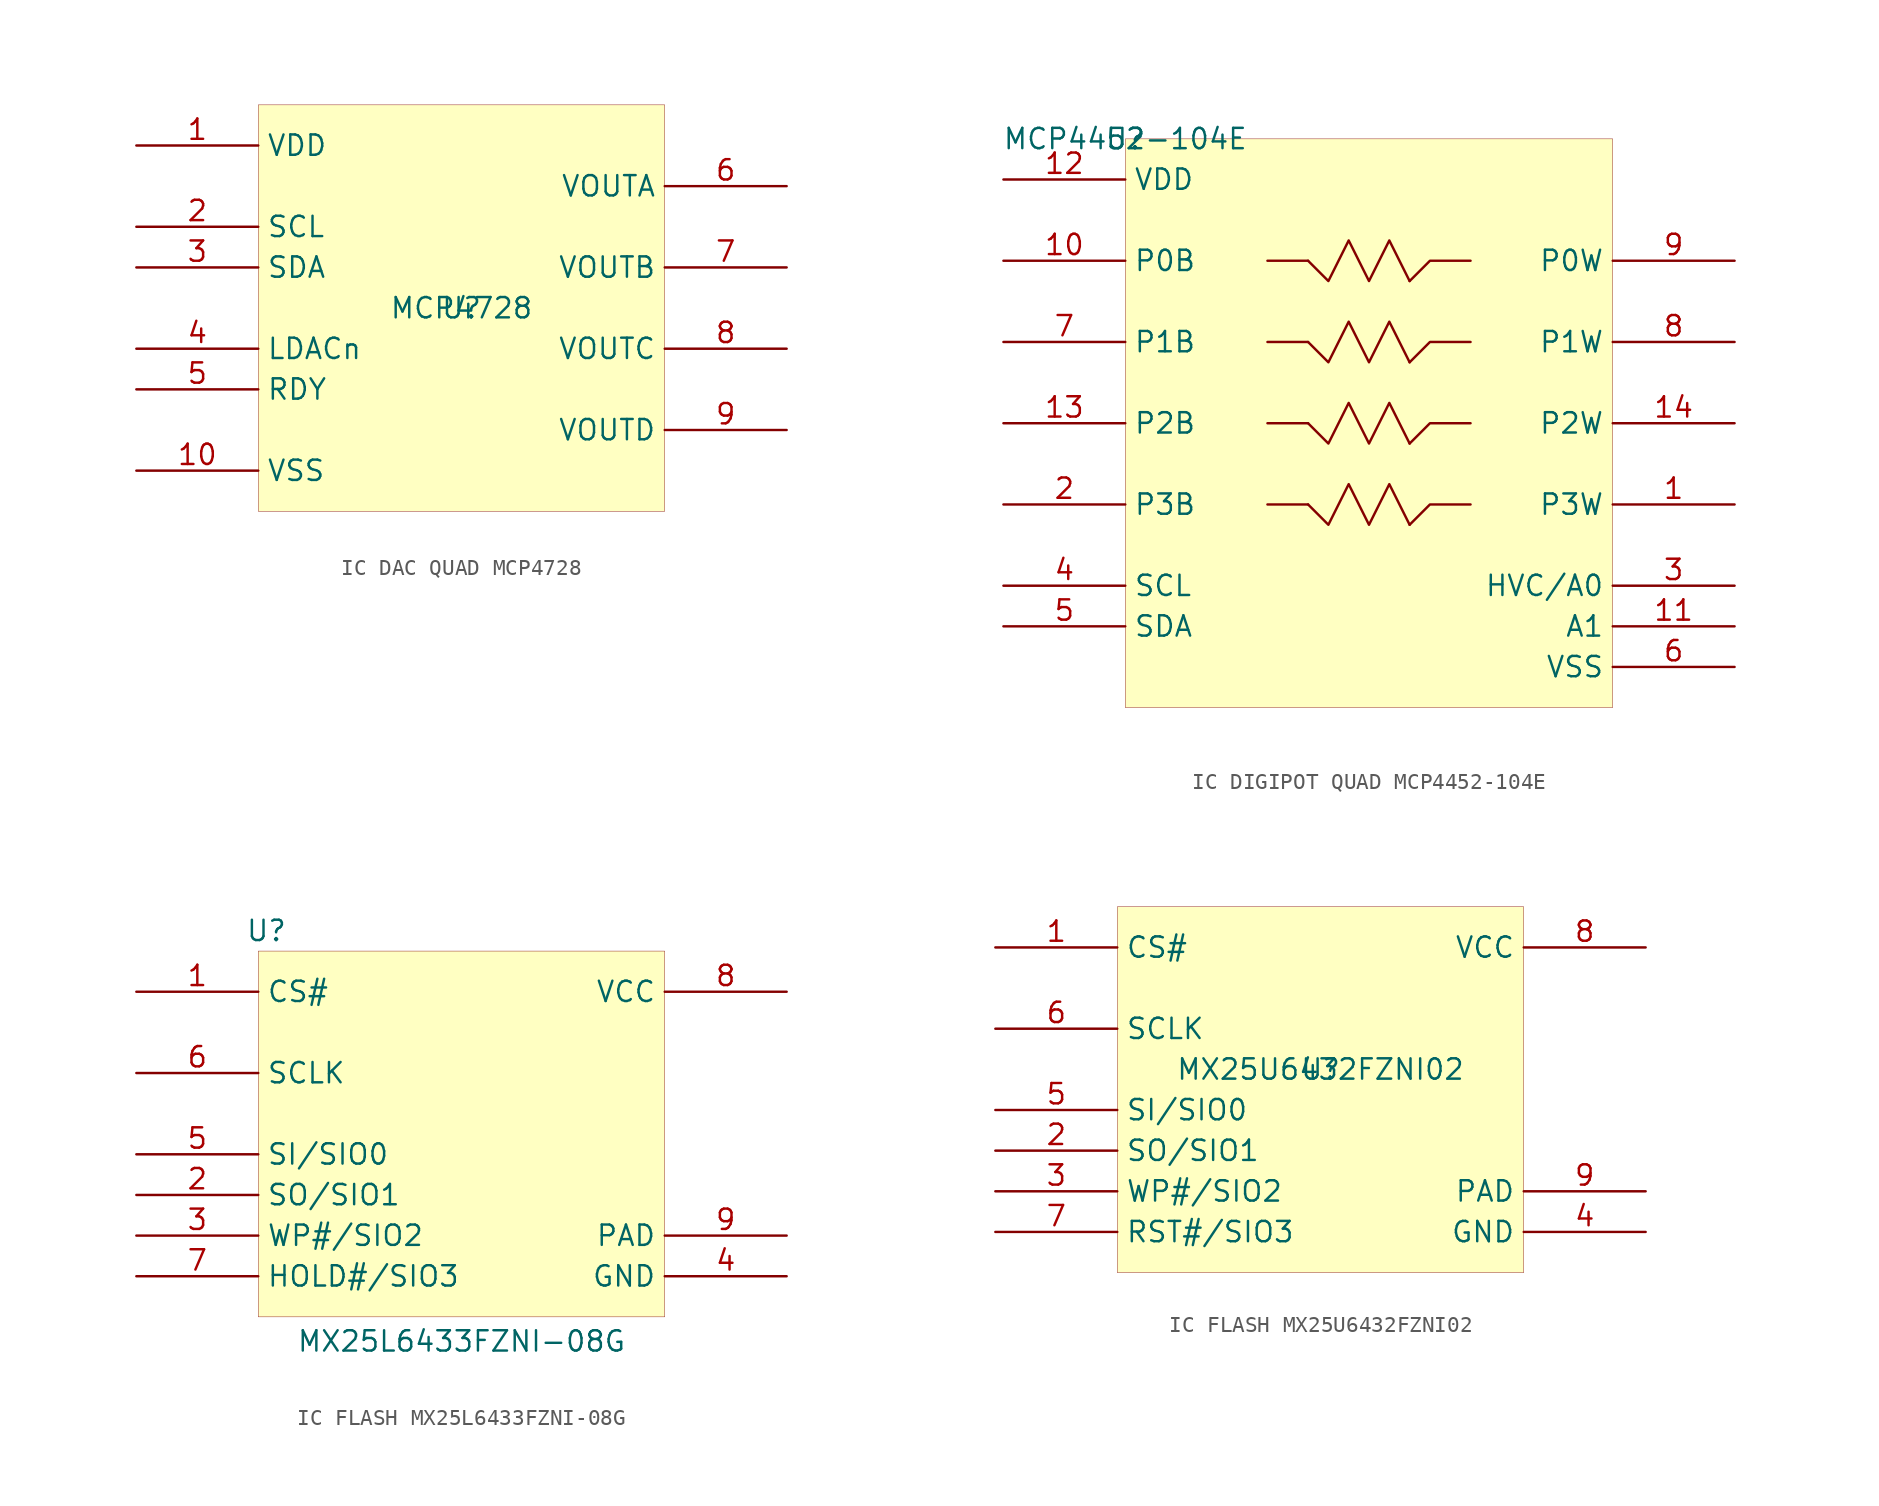
<source format=kicad_sym>
(kicad_symbol_lib
  (version 20241209)
  (generator "kicad_symbol_editor")
  (generator_version "9.0")
  (symbol "IC DAC QUAD MCP4728"
    (property "Reference" "U"
      (at 0 0 0)
      (effects (font (size 1.27 1.27))))
    (property "Value" "MCP4728"
      (at 0 0 0)
      (effects (font (size 1.27 1.27))))
    (symbol "IC DAC QUAD MCP4728_1_0"
      (rectangle (start 12.7 12.7) (end -12.7 -12.7) (stroke (width 0.025) (type solid) (color 128 0 0 1)) (fill (type background)))
      (pin power_in line (at -20.32 10.16 0) (length 7.62) (name "VDD" (effects (font (size 1.27 1.27)))) (number "1" (effects (font (size 1.27 1.27)))))
      (pin open_collector line (at -20.32 5.08 0) (length 7.62) (name "SCL" (effects (font (size 1.27 1.27)))) (number "2" (effects (font (size 1.27 1.27)))))
      (pin open_collector line (at -20.32 2.54 0) (length 7.62) (name "SDA" (effects (font (size 1.27 1.27)))) (number "3" (effects (font (size 1.27 1.27)))))
      (pin input line (at -20.32 -2.54 0) (length 7.62) (name "LDACn" (effects (font (size 1.27 1.27)))) (number "4" (effects (font (size 1.27 1.27)))))
      (pin open_collector line (at -20.32 -5.08 0) (length 7.62) (name "RDY" (effects (font (size 1.27 1.27)))) (number "5" (effects (font (size 1.27 1.27)))))
      (pin power_in line (at -20.32 -10.16 0) (length 7.62) (name "VSS" (effects (font (size 1.27 1.27)))) (number "10" (effects (font (size 1.27 1.27)))))
      (pin output line (at 20.32 7.62 180) (length 7.62) (name "VOUTA" (effects (font (size 1.27 1.27)))) (number "6" (effects (font (size 1.27 1.27)))))
      (pin output line (at 20.32 2.54 180) (length 7.62) (name "VOUTB" (effects (font (size 1.27 1.27)))) (number "7" (effects (font (size 1.27 1.27)))))
      (pin output line (at 20.32 -2.54 180) (length 7.62) (name "VOUTC" (effects (font (size 1.27 1.27)))) (number "8" (effects (font (size 1.27 1.27)))))
      (pin output line (at 20.32 -7.62 180) (length 7.62) (name "VOUTD" (effects (font (size 1.27 1.27)))) (number "9" (effects (font (size 1.27 1.27)))))))
  (symbol "IC DIGIPOT QUAD MCP4452-104E"
    (property "Reference" "U"
      (at 0 0 0)
      (effects (font (size 1.27 1.27))))
    (property "Value" "MCP4452-104E"
      (at 0 0 0)
      (effects (font (size 1.27 1.27))))
    (symbol "IC DIGIPOT QUAD MCP4452-104E_1_0"
      (polyline (pts (xy 11.43 -7.62) (xy 8.89 -7.62)) (stroke (width 0) (type solid)) (fill (type none)))
      (polyline (pts (xy 11.43 -7.62) (xy 12.7 -8.89) (xy 13.97 -6.35) (xy 15.24 -8.89) (xy 16.51 -6.35) (xy 17.78 -8.89)) (stroke (width 0) (type solid)) (fill (type none)))
      (polyline (pts (xy 11.43 -12.7) (xy 8.89 -12.7)) (stroke (width 0) (type solid)) (fill (type none)))
      (polyline (pts (xy 11.43 -12.7) (xy 12.7 -13.97) (xy 13.97 -11.43) (xy 15.24 -13.97) (xy 16.51 -11.43) (xy 17.78 -13.97)) (stroke (width 0) (type solid)) (fill (type none)))
      (polyline (pts (xy 11.43 -17.78) (xy 8.89 -17.78)) (stroke (width 0) (type solid)) (fill (type none)))
      (polyline (pts (xy 11.43 -17.78) (xy 12.7 -19.05) (xy 13.97 -16.51) (xy 15.24 -19.05) (xy 16.51 -16.51) (xy 17.78 -19.05)) (stroke (width 0) (type solid)) (fill (type none)))
      (polyline (pts (xy 11.43 -22.86) (xy 8.89 -22.86)) (stroke (width 0) (type solid)) (fill (type none)))
      (polyline (pts (xy 11.43 -22.86) (xy 12.7 -24.13) (xy 13.97 -21.59) (xy 15.24 -24.13) (xy 16.51 -21.59) (xy 17.78 -24.13)) (stroke (width 0) (type solid)) (fill (type none)))
      (polyline (pts (xy 17.78 -8.89) (xy 19.05 -7.62) (xy 21.59 -7.62)) (stroke (width 0) (type solid)) (fill (type none)))
      (polyline (pts (xy 17.78 -13.97) (xy 19.05 -12.7) (xy 21.59 -12.7)) (stroke (width 0) (type solid)) (fill (type none)))
      (polyline (pts (xy 17.78 -19.05) (xy 19.05 -17.78) (xy 21.59 -17.78)) (stroke (width 0) (type solid)) (fill (type none)))
      (polyline (pts (xy 17.78 -24.13) (xy 19.05 -22.86) (xy 21.59 -22.86)) (stroke (width 0) (type solid)) (fill (type none)))
      (rectangle (start 30.48 0) (end 0 -35.56) (stroke (width 0.025) (type solid) (color 128 0 0 1)) (fill (type background)))
      (pin power_in line (at -7.62 -2.54 0) (length 7.62) (name "VDD" (effects (font (size 1.27 1.27)))) (number "12" (effects (font (size 1.27 1.27)))))
      (pin passive line (at -7.62 -7.62 0) (length 7.62) (name "P0B" (effects (font (size 1.27 1.27)))) (number "10" (effects (font (size 1.27 1.27)))))
      (pin passive line (at -7.62 -12.7 0) (length 7.62) (name "P1B" (effects (font (size 1.27 1.27)))) (number "7" (effects (font (size 1.27 1.27)))))
      (pin passive line (at -7.62 -17.78 0) (length 7.62) (name "P2B" (effects (font (size 1.27 1.27)))) (number "13" (effects (font (size 1.27 1.27)))))
      (pin passive line (at -7.62 -22.86 0) (length 7.62) (name "P3B" (effects (font (size 1.27 1.27)))) (number "2" (effects (font (size 1.27 1.27)))))
      (pin open_collector line (at -7.62 -27.94 0) (length 7.62) (name "SCL" (effects (font (size 1.27 1.27)))) (number "4" (effects (font (size 1.27 1.27)))))
      (pin open_collector line (at -7.62 -30.48 0) (length 7.62) (name "SDA" (effects (font (size 1.27 1.27)))) (number "5" (effects (font (size 1.27 1.27)))))
      (pin passive line (at 38.1 -7.62 180) (length 7.62) (name "P0W" (effects (font (size 1.27 1.27)))) (number "9" (effects (font (size 1.27 1.27)))))
      (pin passive line (at 38.1 -12.7 180) (length 7.62) (name "P1W" (effects (font (size 1.27 1.27)))) (number "8" (effects (font (size 1.27 1.27)))))
      (pin passive line (at 38.1 -17.78 180) (length 7.62) (name "P2W" (effects (font (size 1.27 1.27)))) (number "14" (effects (font (size 1.27 1.27)))))
      (pin passive line (at 38.1 -22.86 180) (length 7.62) (name "P3W" (effects (font (size 1.27 1.27)))) (number "1" (effects (font (size 1.27 1.27)))))
      (pin input line (at 38.1 -27.94 180) (length 7.62) (name "HVC/A0" (effects (font (size 1.27 1.27)))) (number "3" (effects (font (size 1.27 1.27)))))
      (pin input line (at 38.1 -30.48 180) (length 7.62) (name "A1" (effects (font (size 1.27 1.27)))) (number "11" (effects (font (size 1.27 1.27)))))
      (pin power_in line (at 38.1 -33.02 180) (length 7.62) (name "VSS" (effects (font (size 1.27 1.27)))) (number "6" (effects (font (size 1.27 1.27)))))))
  (symbol "IC FLASH MX25L6433FZNI-08G"
    (property "Reference" "U"
      (at -12.192 11.43 0)
      (effects (font (size 1.27 1.27))))
    (property "Value" "MX25L6433FZNI-08G"
      (at 0 -14.224 0)
      (effects (font (size 1.27 1.27))))
    (symbol "IC FLASH MX25L6433FZNI-08G_1_0"
      (rectangle (start 12.7 10.16) (end -12.7 -12.7) (stroke (width 0.025) (type solid) (color 128 0 0 1)) (fill (type background)))
      (pin open_collector line (at -20.32 7.62 0) (length 7.62) (name "CS#" (effects (font (size 1.27 1.27)))) (number "1" (effects (font (size 1.27 1.27)))))
      (pin input line (at -20.32 2.54 0) (length 7.62) (name "SCLK" (effects (font (size 1.27 1.27)))) (number "6" (effects (font (size 1.27 1.27)))))
      (pin bidirectional line (at -20.32 -2.54 0) (length 7.62) (name "SI/SIO0" (effects (font (size 1.27 1.27)))) (number "5" (effects (font (size 1.27 1.27)))))
      (pin bidirectional line (at -20.32 -5.08 0) (length 7.62) (name "SO/SIO1" (effects (font (size 1.27 1.27)))) (number "2" (effects (font (size 1.27 1.27)))))
      (pin bidirectional line (at -20.32 -7.62 0) (length 7.62) (name "WP#/SIO2" (effects (font (size 1.27 1.27)))) (number "3" (effects (font (size 1.27 1.27)))))
      (pin bidirectional line (at -20.32 -10.16 0) (length 7.62) (name "HOLD#/SIO3" (effects (font (size 1.27 1.27)))) (number "7" (effects (font (size 1.27 1.27)))))
      (pin power_in line (at 20.32 7.62 180) (length 7.62) (name "VCC" (effects (font (size 1.27 1.27)))) (number "8" (effects (font (size 1.27 1.27)))))
      (pin power_in line (at 20.32 -7.62 180) (length 7.62) (name "PAD" (effects (font (size 1.27 1.27)))) (number "9" (effects (font (size 1.27 1.27)))))
      (pin power_in line (at 20.32 -10.16 180) (length 7.62) (name "GND" (effects (font (size 1.27 1.27)))) (number "4" (effects (font (size 1.27 1.27)))))))
  (symbol "IC FLASH MX25U6432FZNI02"
    (property "Reference" "U"
      (at 0 0 0)
      (effects (font (size 1.27 1.27))))
    (property "Value" "MX25U6432FZNI02"
      (at 0 0 0)
      (effects (font (size 1.27 1.27))))
    (symbol "IC FLASH MX25U6432FZNI02_1_0"
      (rectangle (start 12.7 10.16) (end -12.7 -12.7) (stroke (width 0.025) (type solid) (color 128 0 0 1)) (fill (type background)))
      (pin open_collector line (at -20.32 7.62 0) (length 7.62) (name "CS#" (effects (font (size 1.27 1.27)))) (number "1" (effects (font (size 1.27 1.27)))))
      (pin input line (at -20.32 2.54 0) (length 7.62) (name "SCLK" (effects (font (size 1.27 1.27)))) (number "6" (effects (font (size 1.27 1.27)))))
      (pin bidirectional line (at -20.32 -2.54 0) (length 7.62) (name "SI/SIO0" (effects (font (size 1.27 1.27)))) (number "5" (effects (font (size 1.27 1.27)))))
      (pin bidirectional line (at -20.32 -5.08 0) (length 7.62) (name "SO/SIO1" (effects (font (size 1.27 1.27)))) (number "2" (effects (font (size 1.27 1.27)))))
      (pin bidirectional line (at -20.32 -7.62 0) (length 7.62) (name "WP#/SIO2" (effects (font (size 1.27 1.27)))) (number "3" (effects (font (size 1.27 1.27)))))
      (pin bidirectional line (at -20.32 -10.16 0) (length 7.62) (name "RST#/SIO3" (effects (font (size 1.27 1.27)))) (number "7" (effects (font (size 1.27 1.27)))))
      (pin power_in line (at 20.32 7.62 180) (length 7.62) (name "VCC" (effects (font (size 1.27 1.27)))) (number "8" (effects (font (size 1.27 1.27)))))
      (pin power_in line (at 20.32 -7.62 180) (length 7.62) (name "PAD" (effects (font (size 1.27 1.27)))) (number "9" (effects (font (size 1.27 1.27)))))
      (pin power_in line (at 20.32 -10.16 180) (length 7.62) (name "GND" (effects (font (size 1.27 1.27)))) (number "4" (effects (font (size 1.27 1.27))))))))
</source>
